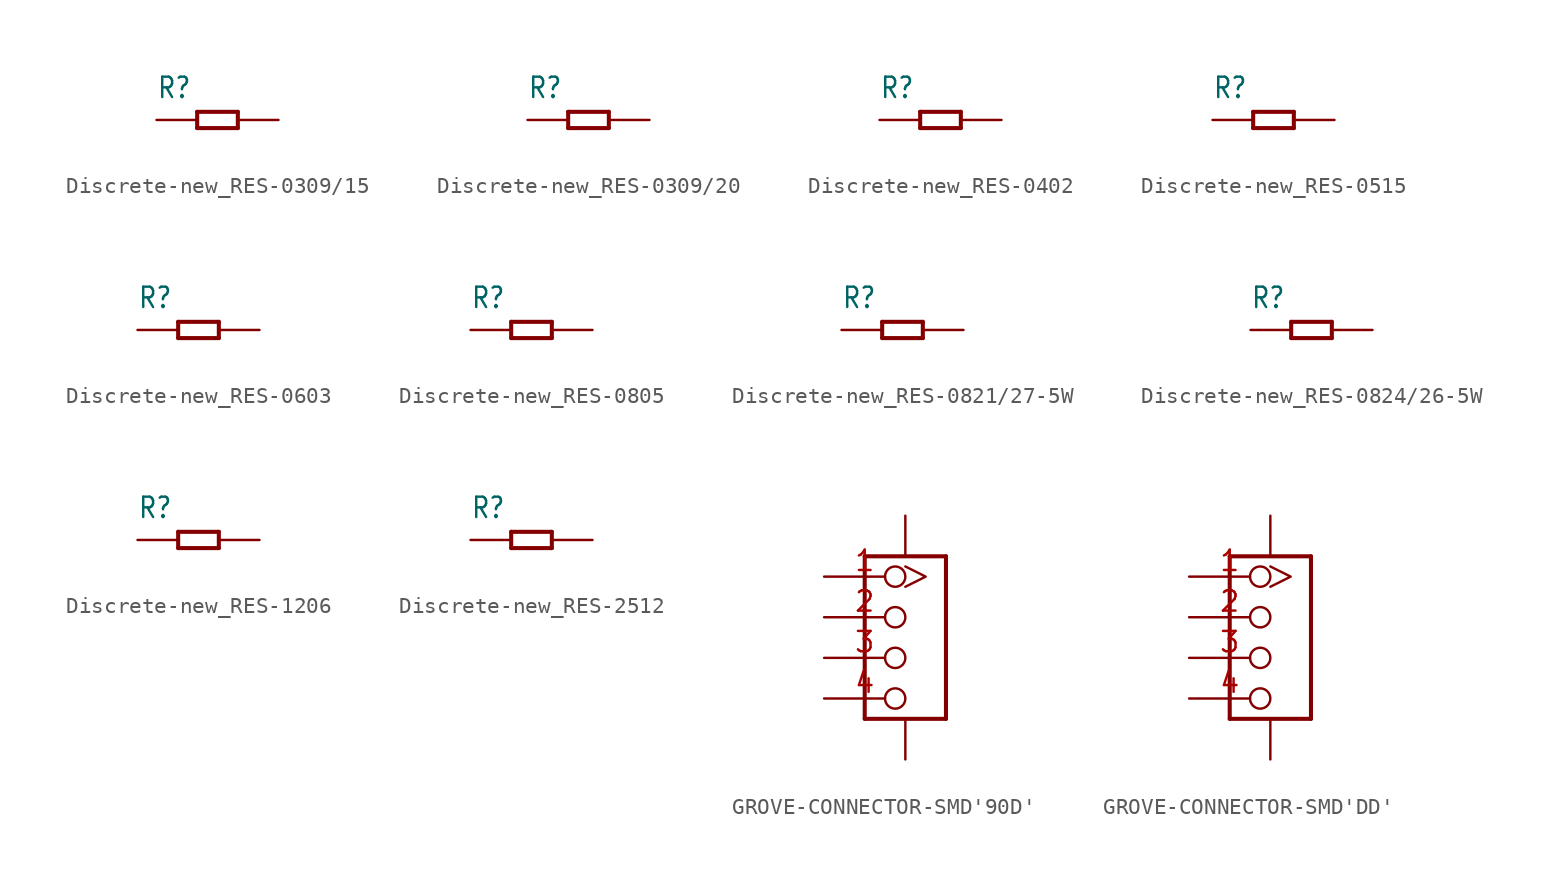
<source format=kicad_sym>
(kicad_symbol_lib
  (version 20231120)
  (generator "kicad_symbol_editor")
  (generator_version "8.0")
  (symbol "Discrete-new_RES-0309/15"
    (property "Reference" "R"
      (at -3.81 1.27 0)
      (effects (font (size 1.27 1.079)) (justify left bottom)))
    (property "Value" ""
      (at -3.81 -2.54 0)
      (effects (font (size 1.27 1.079)) (justify left bottom)))
    (property "ki_locked" ""
      (at 0 0 0)
      (effects (font (size 1.27 1.27))))
    (symbol "Discrete-new_RES-0309/15_1_0"
      (polyline (pts (xy -1.27 -0.508) (xy -1.27 0.508)) (stroke (width 0.254) (type solid)) (fill (type none)))
      (polyline (pts (xy -1.27 0.508) (xy 1.27 0.508)) (stroke (width 0.254) (type solid)) (fill (type none)))
      (polyline (pts (xy 1.27 -0.508) (xy -1.27 -0.508)) (stroke (width 0.254) (type solid)) (fill (type none)))
      (polyline (pts (xy 1.27 0.508) (xy 1.27 -0.508)) (stroke (width 0.254) (type solid)) (fill (type none)))
      (pin passive line (at -3.81 0 0) (length 2.54) (name "1" (effects (font (size 0 0)))) (number "1" (effects (font (size 0 0)))))
      (pin passive line (at 3.81 0 180) (length 2.54) (name "2" (effects (font (size 0 0)))) (number "2" (effects (font (size 0 0)))))))
  (symbol "Discrete-new_RES-0309/20"
    (property "Reference" "R"
      (at -3.81 1.27 0)
      (effects (font (size 1.27 1.079)) (justify left bottom)))
    (property "Value" ""
      (at -3.81 -2.54 0)
      (effects (font (size 1.27 1.079)) (justify left bottom)))
    (property "ki_locked" ""
      (at 0 0 0)
      (effects (font (size 1.27 1.27))))
    (symbol "Discrete-new_RES-0309/20_1_0"
      (polyline (pts (xy -1.27 -0.508) (xy -1.27 0.508)) (stroke (width 0.254) (type solid)) (fill (type none)))
      (polyline (pts (xy -1.27 0.508) (xy 1.27 0.508)) (stroke (width 0.254) (type solid)) (fill (type none)))
      (polyline (pts (xy 1.27 -0.508) (xy -1.27 -0.508)) (stroke (width 0.254) (type solid)) (fill (type none)))
      (polyline (pts (xy 1.27 0.508) (xy 1.27 -0.508)) (stroke (width 0.254) (type solid)) (fill (type none)))
      (pin passive line (at -3.81 0 0) (length 2.54) (name "1" (effects (font (size 0 0)))) (number "1" (effects (font (size 0 0)))))
      (pin passive line (at 3.81 0 180) (length 2.54) (name "2" (effects (font (size 0 0)))) (number "2" (effects (font (size 0 0)))))))
  (symbol "Discrete-new_RES-0402"
    (property "Reference" "R"
      (at -3.81 1.27 0)
      (effects (font (size 1.27 1.079)) (justify left bottom)))
    (property "Value" ""
      (at -3.81 -2.54 0)
      (effects (font (size 1.27 1.079)) (justify left bottom)))
    (property "ki_locked" ""
      (at 0 0 0)
      (effects (font (size 1.27 1.27))))
    (symbol "Discrete-new_RES-0402_1_0"
      (polyline (pts (xy -1.27 -0.508) (xy -1.27 0.508)) (stroke (width 0.254) (type solid)) (fill (type none)))
      (polyline (pts (xy -1.27 0.508) (xy 1.27 0.508)) (stroke (width 0.254) (type solid)) (fill (type none)))
      (polyline (pts (xy 1.27 -0.508) (xy -1.27 -0.508)) (stroke (width 0.254) (type solid)) (fill (type none)))
      (polyline (pts (xy 1.27 0.508) (xy 1.27 -0.508)) (stroke (width 0.254) (type solid)) (fill (type none)))
      (pin passive line (at -3.81 0 0) (length 2.54) (name "1" (effects (font (size 0 0)))) (number "1" (effects (font (size 0 0)))))
      (pin passive line (at 3.81 0 180) (length 2.54) (name "2" (effects (font (size 0 0)))) (number "2" (effects (font (size 0 0)))))))
  (symbol "Discrete-new_RES-0515"
    (property "Reference" "R"
      (at -3.81 1.27 0)
      (effects (font (size 1.27 1.079)) (justify left bottom)))
    (property "Value" ""
      (at -3.81 -2.54 0)
      (effects (font (size 1.27 1.079)) (justify left bottom)))
    (property "ki_locked" ""
      (at 0 0 0)
      (effects (font (size 1.27 1.27))))
    (symbol "Discrete-new_RES-0515_1_0"
      (polyline (pts (xy -1.27 -0.508) (xy -1.27 0.508)) (stroke (width 0.254) (type solid)) (fill (type none)))
      (polyline (pts (xy -1.27 0.508) (xy 1.27 0.508)) (stroke (width 0.254) (type solid)) (fill (type none)))
      (polyline (pts (xy 1.27 -0.508) (xy -1.27 -0.508)) (stroke (width 0.254) (type solid)) (fill (type none)))
      (polyline (pts (xy 1.27 0.508) (xy 1.27 -0.508)) (stroke (width 0.254) (type solid)) (fill (type none)))
      (pin passive line (at -3.81 0 0) (length 2.54) (name "1" (effects (font (size 0 0)))) (number "P$1" (effects (font (size 0 0)))))
      (pin passive line (at 3.81 0 180) (length 2.54) (name "2" (effects (font (size 0 0)))) (number "P$2" (effects (font (size 0 0)))))))
  (symbol "Discrete-new_RES-0603"
    (property "Reference" "R"
      (at -3.81 1.27 0)
      (effects (font (size 1.27 1.079)) (justify left bottom)))
    (property "Value" ""
      (at -3.81 -2.54 0)
      (effects (font (size 1.27 1.079)) (justify left bottom)))
    (property "ki_locked" ""
      (at 0 0 0)
      (effects (font (size 1.27 1.27))))
    (symbol "Discrete-new_RES-0603_1_0"
      (polyline (pts (xy -1.27 -0.508) (xy -1.27 0.508)) (stroke (width 0.254) (type solid)) (fill (type none)))
      (polyline (pts (xy -1.27 0.508) (xy 1.27 0.508)) (stroke (width 0.254) (type solid)) (fill (type none)))
      (polyline (pts (xy 1.27 -0.508) (xy -1.27 -0.508)) (stroke (width 0.254) (type solid)) (fill (type none)))
      (polyline (pts (xy 1.27 0.508) (xy 1.27 -0.508)) (stroke (width 0.254) (type solid)) (fill (type none)))
      (pin passive line (at -3.81 0 0) (length 2.54) (name "1" (effects (font (size 0 0)))) (number "1" (effects (font (size 0 0)))))
      (pin passive line (at 3.81 0 180) (length 2.54) (name "2" (effects (font (size 0 0)))) (number "2" (effects (font (size 0 0)))))))
  (symbol "Discrete-new_RES-0805"
    (property "Reference" "R"
      (at -3.81 1.27 0)
      (effects (font (size 1.27 1.079)) (justify left bottom)))
    (property "Value" ""
      (at -3.81 -2.54 0)
      (effects (font (size 1.27 1.079)) (justify left bottom)))
    (property "ki_locked" ""
      (at 0 0 0)
      (effects (font (size 1.27 1.27))))
    (symbol "Discrete-new_RES-0805_1_0"
      (polyline (pts (xy -1.27 -0.508) (xy -1.27 0.508)) (stroke (width 0.254) (type solid)) (fill (type none)))
      (polyline (pts (xy -1.27 0.508) (xy 1.27 0.508)) (stroke (width 0.254) (type solid)) (fill (type none)))
      (polyline (pts (xy 1.27 -0.508) (xy -1.27 -0.508)) (stroke (width 0.254) (type solid)) (fill (type none)))
      (polyline (pts (xy 1.27 0.508) (xy 1.27 -0.508)) (stroke (width 0.254) (type solid)) (fill (type none)))
      (pin passive line (at -3.81 0 0) (length 2.54) (name "1" (effects (font (size 0 0)))) (number "1" (effects (font (size 0 0)))))
      (pin passive line (at 3.81 0 180) (length 2.54) (name "2" (effects (font (size 0 0)))) (number "2" (effects (font (size 0 0)))))))
  (symbol "Discrete-new_RES-0821/27-5W"
    (property "Reference" "R"
      (at -3.81 1.27 0)
      (effects (font (size 1.27 1.079)) (justify left bottom)))
    (property "Value" ""
      (at -3.81 -2.54 0)
      (effects (font (size 1.27 1.079)) (justify left bottom)))
    (property "ki_locked" ""
      (at 0 0 0)
      (effects (font (size 1.27 1.27))))
    (symbol "Discrete-new_RES-0821/27-5W_1_0"
      (polyline (pts (xy -1.27 -0.508) (xy -1.27 0.508)) (stroke (width 0.254) (type solid)) (fill (type none)))
      (polyline (pts (xy -1.27 0.508) (xy 1.27 0.508)) (stroke (width 0.254) (type solid)) (fill (type none)))
      (polyline (pts (xy 1.27 -0.508) (xy -1.27 -0.508)) (stroke (width 0.254) (type solid)) (fill (type none)))
      (polyline (pts (xy 1.27 0.508) (xy 1.27 -0.508)) (stroke (width 0.254) (type solid)) (fill (type none)))
      (pin passive line (at -3.81 0 0) (length 2.54) (name "1" (effects (font (size 0 0)))) (number "P$1" (effects (font (size 0 0)))))
      (pin passive line (at 3.81 0 180) (length 2.54) (name "2" (effects (font (size 0 0)))) (number "P$2" (effects (font (size 0 0)))))))
  (symbol "Discrete-new_RES-0824/26-5W"
    (property "Reference" "R"
      (at -3.81 1.27 0)
      (effects (font (size 1.27 1.079)) (justify left bottom)))
    (property "Value" ""
      (at -3.81 -2.54 0)
      (effects (font (size 1.27 1.079)) (justify left bottom)))
    (property "ki_locked" ""
      (at 0 0 0)
      (effects (font (size 1.27 1.27))))
    (symbol "Discrete-new_RES-0824/26-5W_1_0"
      (polyline (pts (xy -1.27 -0.508) (xy -1.27 0.508)) (stroke (width 0.254) (type solid)) (fill (type none)))
      (polyline (pts (xy -1.27 0.508) (xy 1.27 0.508)) (stroke (width 0.254) (type solid)) (fill (type none)))
      (polyline (pts (xy 1.27 -0.508) (xy -1.27 -0.508)) (stroke (width 0.254) (type solid)) (fill (type none)))
      (polyline (pts (xy 1.27 0.508) (xy 1.27 -0.508)) (stroke (width 0.254) (type solid)) (fill (type none)))
      (pin passive line (at -3.81 0 0) (length 2.54) (name "1" (effects (font (size 0 0)))) (number "1" (effects (font (size 0 0)))))
      (pin passive line (at 3.81 0 180) (length 2.54) (name "2" (effects (font (size 0 0)))) (number "2" (effects (font (size 0 0)))))))
  (symbol "Discrete-new_RES-1206"
    (property "Reference" "R"
      (at -3.81 1.27 0)
      (effects (font (size 1.27 1.079)) (justify left bottom)))
    (property "Value" ""
      (at -3.81 -2.54 0)
      (effects (font (size 1.27 1.079)) (justify left bottom)))
    (property "ki_locked" ""
      (at 0 0 0)
      (effects (font (size 1.27 1.27))))
    (symbol "Discrete-new_RES-1206_1_0"
      (polyline (pts (xy -1.27 -0.508) (xy -1.27 0.508)) (stroke (width 0.254) (type solid)) (fill (type none)))
      (polyline (pts (xy -1.27 0.508) (xy 1.27 0.508)) (stroke (width 0.254) (type solid)) (fill (type none)))
      (polyline (pts (xy 1.27 -0.508) (xy -1.27 -0.508)) (stroke (width 0.254) (type solid)) (fill (type none)))
      (polyline (pts (xy 1.27 0.508) (xy 1.27 -0.508)) (stroke (width 0.254) (type solid)) (fill (type none)))
      (pin passive line (at -3.81 0 0) (length 2.54) (name "1" (effects (font (size 0 0)))) (number "1" (effects (font (size 0 0)))))
      (pin passive line (at 3.81 0 180) (length 2.54) (name "2" (effects (font (size 0 0)))) (number "2" (effects (font (size 0 0)))))))
  (symbol "Discrete-new_RES-2512"
    (property "Reference" "R"
      (at -3.81 1.27 0)
      (effects (font (size 1.27 1.079)) (justify left bottom)))
    (property "Value" ""
      (at -3.81 -2.54 0)
      (effects (font (size 1.27 1.079)) (justify left bottom)))
    (property "ki_locked" ""
      (at 0 0 0)
      (effects (font (size 1.27 1.27))))
    (symbol "Discrete-new_RES-2512_1_0"
      (polyline (pts (xy -1.27 -0.508) (xy -1.27 0.508)) (stroke (width 0.254) (type solid)) (fill (type none)))
      (polyline (pts (xy -1.27 0.508) (xy 1.27 0.508)) (stroke (width 0.254) (type solid)) (fill (type none)))
      (polyline (pts (xy 1.27 -0.508) (xy -1.27 -0.508)) (stroke (width 0.254) (type solid)) (fill (type none)))
      (polyline (pts (xy 1.27 0.508) (xy 1.27 -0.508)) (stroke (width 0.254) (type solid)) (fill (type none)))
      (pin passive line (at -3.81 0 0) (length 2.54) (name "1" (effects (font (size 0 0)))) (number "1" (effects (font (size 0 0)))))
      (pin passive line (at 3.81 0 180) (length 2.54) (name "2" (effects (font (size 0 0)))) (number "2" (effects (font (size 0 0)))))))
  (symbol "GROVE-CONNECTOR-SMD'90D'"
    (property "Reference" "J"
      (at -7.62 6.35 0)
      (effects (font (size 1.27 1.079)) (justify left bottom) (hide yes)))
    (property "ki_locked" ""
      (at 0 0 0)
      (effects (font (size 1.27 1.27))))
    (symbol "GROVE-CONNECTOR-SMD'90D'_1_0"
      (polyline (pts (xy -2.54 -5.08) (xy -2.54 5.08)) (stroke (width 0.254) (type solid)) (fill (type none)))
      (polyline (pts (xy -2.54 5.08) (xy 2.54 5.08)) (stroke (width 0.254) (type solid)) (fill (type none)))
      (polyline (pts (xy 2.54 -5.08) (xy -2.54 -5.08)) (stroke (width 0.254) (type solid)) (fill (type none)))
      (polyline (pts (xy 2.54 5.08) (xy 2.54 -5.08)) (stroke (width 0.254) (type solid)) (fill (type none)))
      (pin bidirectional inverted_clock (at -5.08 3.81 0) (length 5.08) (name "1" (effects (font (size 0 0)))) (number "1" (effects (font (size 1.27 1.27)))))
      (pin bidirectional inverted (at -5.08 1.27 0) (length 5.08) (name "2" (effects (font (size 0 0)))) (number "2" (effects (font (size 1.27 1.27)))))
      (pin bidirectional inverted (at -5.08 -1.27 0) (length 5.08) (name "3" (effects (font (size 0 0)))) (number "3" (effects (font (size 1.27 1.27)))))
      (pin bidirectional inverted (at -5.08 -3.81 0) (length 5.08) (name "4" (effects (font (size 0 0)))) (number "4" (effects (font (size 1.27 1.27)))))
      (pin bidirectional line (at 0 7.62 270) (length 2.54) (name "SS1" (effects (font (size 0 0)))) (number "SS1" (effects (font (size 0 0)))))
      (pin bidirectional line (at 0 -7.62 90) (length 2.54) (name "SS2" (effects (font (size 0 0)))) (number "SS2" (effects (font (size 0 0)))))))
  (symbol "GROVE-CONNECTOR-SMD'DD'"
    (property "Reference" "J"
      (at -7.62 6.35 0)
      (effects (font (size 1.27 1.079)) (justify left bottom) (hide yes)))
    (property "ki_locked" ""
      (at 0 0 0)
      (effects (font (size 1.27 1.27))))
    (symbol "GROVE-CONNECTOR-SMD'DD'_1_0"
      (polyline (pts (xy -2.54 -5.08) (xy -2.54 5.08)) (stroke (width 0.254) (type solid)) (fill (type none)))
      (polyline (pts (xy -2.54 5.08) (xy 2.54 5.08)) (stroke (width 0.254) (type solid)) (fill (type none)))
      (polyline (pts (xy 2.54 -5.08) (xy -2.54 -5.08)) (stroke (width 0.254) (type solid)) (fill (type none)))
      (polyline (pts (xy 2.54 5.08) (xy 2.54 -5.08)) (stroke (width 0.254) (type solid)) (fill (type none)))
      (pin bidirectional inverted_clock (at -5.08 3.81 0) (length 5.08) (name "1" (effects (font (size 0 0)))) (number "1" (effects (font (size 1.27 1.27)))))
      (pin bidirectional inverted (at -5.08 1.27 0) (length 5.08) (name "2" (effects (font (size 0 0)))) (number "2" (effects (font (size 1.27 1.27)))))
      (pin bidirectional inverted (at -5.08 -1.27 0) (length 5.08) (name "3" (effects (font (size 0 0)))) (number "3" (effects (font (size 1.27 1.27)))))
      (pin bidirectional inverted (at -5.08 -3.81 0) (length 5.08) (name "4" (effects (font (size 0 0)))) (number "4" (effects (font (size 1.27 1.27)))))
      (pin bidirectional line (at 0 7.62 270) (length 2.54) (name "SS1" (effects (font (size 0 0)))) (number "SS1" (effects (font (size 0 0)))))
      (pin bidirectional line (at 0 -7.62 90) (length 2.54) (name "SS2" (effects (font (size 0 0)))) (number "SS2" (effects (font (size 0 0))))))))
</source>
